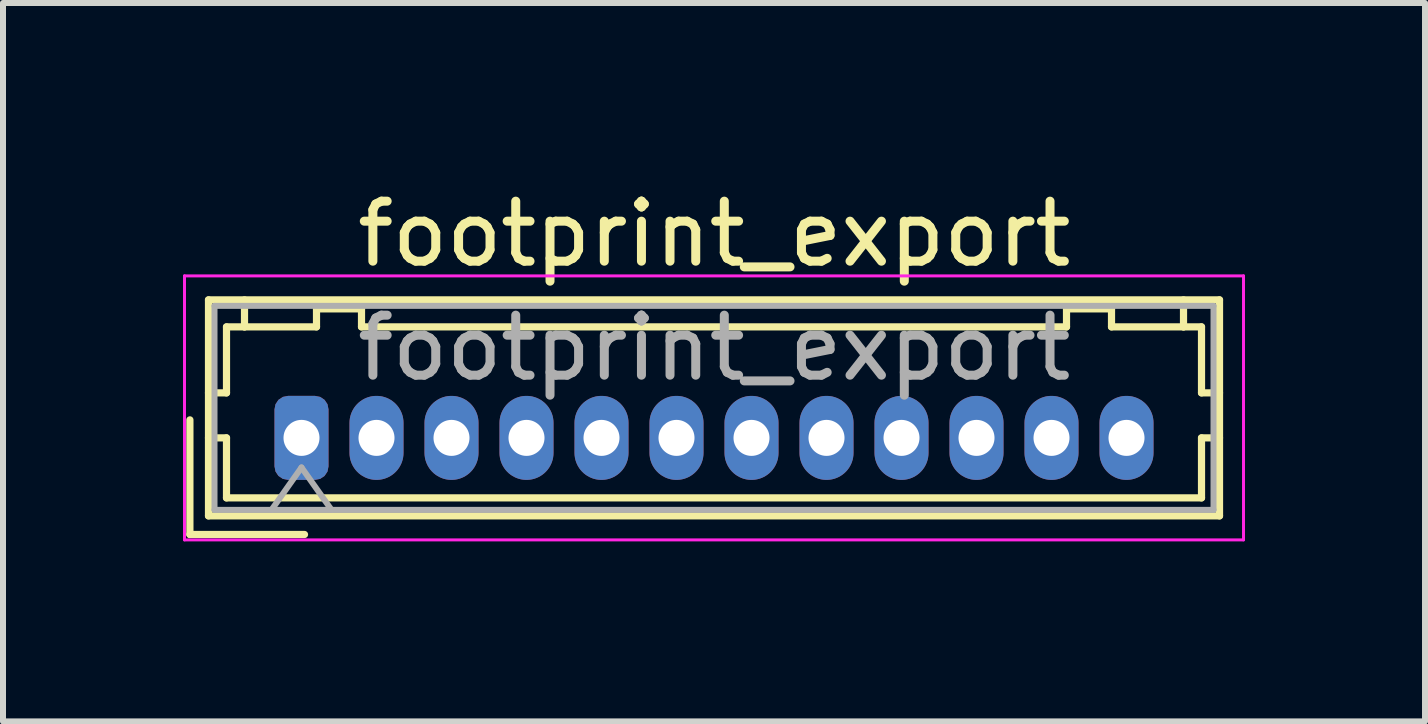
<source format=kicad_pcb>
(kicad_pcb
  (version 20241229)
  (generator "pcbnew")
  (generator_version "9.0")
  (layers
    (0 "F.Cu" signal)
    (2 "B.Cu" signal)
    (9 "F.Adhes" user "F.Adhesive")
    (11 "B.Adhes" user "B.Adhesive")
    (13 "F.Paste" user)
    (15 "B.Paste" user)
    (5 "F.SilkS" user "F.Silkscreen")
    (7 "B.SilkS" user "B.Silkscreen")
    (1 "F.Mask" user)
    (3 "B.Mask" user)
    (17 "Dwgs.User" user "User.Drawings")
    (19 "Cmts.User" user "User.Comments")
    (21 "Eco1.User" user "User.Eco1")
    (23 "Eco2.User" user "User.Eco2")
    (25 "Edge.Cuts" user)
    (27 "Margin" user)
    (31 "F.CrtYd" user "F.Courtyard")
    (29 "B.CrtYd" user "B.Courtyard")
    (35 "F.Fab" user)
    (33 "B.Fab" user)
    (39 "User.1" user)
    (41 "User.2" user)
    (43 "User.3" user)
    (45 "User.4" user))
  (footprint "footprint_export"
    (layer "F.Cu")
    (at 1.975 4.248)
    (property "Reference" "footprint_export" (at 6.88 -3.4 0) (layer "F.SilkS") (effects (font (size 1 1) (thickness 0.15))))
    (attr through_hole)
    (fp_line (start -1.86 -0.3) (end -1.86 1.61) (stroke (width 0.12) (type solid)) (layer "F.SilkS"))
    (fp_line (start -1.86 1.61) (end 0.05 1.61) (stroke (width 0.12) (type solid)) (layer "F.SilkS"))
    (fp_line (start -1.55 -2.3) (end -1.55 1.3) (stroke (width 0.12) (type solid)) (layer "F.SilkS"))
    (fp_line (start -1.55 -0.75) (end -1.25 -0.75) (stroke (width 0.12) (type solid)) (layer "F.SilkS"))
    (fp_line (start -1.55 0) (end -1.25 0) (stroke (width 0.12) (type solid)) (layer "F.SilkS"))
    (fp_line (start -1.55 1.3) (end 15.3 1.3) (stroke (width 0.12) (type solid)) (layer "F.SilkS"))
    (fp_line (start -1.25 -1.85) (end -0.95 -1.85) (stroke (width 0.12) (type solid)) (layer "F.SilkS"))
    (fp_line (start -1.25 -0.75) (end -1.25 -1.85) (stroke (width 0.12) (type solid)) (layer "F.SilkS"))
    (fp_line (start -1.25 0) (end -1.25 1) (stroke (width 0.12) (type solid)) (layer "F.SilkS"))
    (fp_line (start -1.25 1) (end 15 1) (stroke (width 0.12) (type solid)) (layer "F.SilkS"))
    (fp_line (start -0.95 -1.85) (end -0.95 -2.3) (stroke (width 0.12) (type solid)) (layer "F.SilkS"))
    (fp_line (start -0.95 -1.85) (end 0.25 -1.85) (stroke (width 0.12) (type solid)) (layer "F.SilkS"))
    (fp_line (start 0.25 -2.15) (end 1 -2.15) (stroke (width 0.12) (type solid)) (layer "F.SilkS"))
    (fp_line (start 0.25 -1.85) (end 0.25 -2.15) (stroke (width 0.12) (type solid)) (layer "F.SilkS"))
    (fp_line (start 1 -2.15) (end 1 -1.85) (stroke (width 0.12) (type solid)) (layer "F.SilkS"))
    (fp_line (start 1 -1.85) (end 12.75 -1.85) (stroke (width 0.12) (type solid)) (layer "F.SilkS"))
    (fp_line (start 12.75 -2.15) (end 13.5 -2.15) (stroke (width 0.12) (type solid)) (layer "F.SilkS"))
    (fp_line (start 12.75 -1.85) (end 12.75 -2.15) (stroke (width 0.12) (type solid)) (layer "F.SilkS"))
    (fp_line (start 13.5 -2.15) (end 13.5 -1.85) (stroke (width 0.12) (type solid)) (layer "F.SilkS"))
    (fp_line (start 13.5 -1.85) (end 14.7 -1.85) (stroke (width 0.12) (type solid)) (layer "F.SilkS"))
    (fp_line (start 14.7 -1.85) (end 14.7 -2.3) (stroke (width 0.12) (type solid)) (layer "F.SilkS"))
    (fp_line (start 15 -1.85) (end 14.7 -1.85) (stroke (width 0.12) (type solid)) (layer "F.SilkS"))
    (fp_line (start 15 -0.75) (end 15 -1.85) (stroke (width 0.12) (type solid)) (layer "F.SilkS"))
    (fp_line (start 15 0) (end 15.3 0) (stroke (width 0.12) (type solid)) (layer "F.SilkS"))
    (fp_line (start 15 1) (end 15 0) (stroke (width 0.12) (type solid)) (layer "F.SilkS"))
    (fp_line (start 15.3 -2.3) (end -1.55 -2.3) (stroke (width 0.12) (type solid)) (layer "F.SilkS"))
    (fp_line (start 15.3 -0.75) (end 15 -0.75) (stroke (width 0.12) (type solid)) (layer "F.SilkS"))
    (fp_line (start 15.3 1.3) (end 15.3 -2.3) (stroke (width 0.12) (type solid)) (layer "F.SilkS"))
    (fp_line (start -1.95 -2.7) (end -1.95 1.7) (stroke (width 0.05) (type solid)) (layer "F.CrtYd"))
    (fp_line (start -1.95 1.7) (end 15.7 1.7) (stroke (width 0.05) (type solid)) (layer "F.CrtYd"))
    (fp_line (start 15.7 -2.7) (end -1.95 -2.7) (stroke (width 0.05) (type solid)) (layer "F.CrtYd"))
    (fp_line (start 15.7 1.7) (end 15.7 -2.7) (stroke (width 0.05) (type solid)) (layer "F.CrtYd"))
    (fp_line (start -1.45 -2.2) (end -1.45 1.2) (stroke (width 0.1) (type solid)) (layer "F.Fab"))
    (fp_line (start -1.45 1.2) (end 15.2 1.2) (stroke (width 0.1) (type solid)) (layer "F.Fab"))
    (fp_line (start -0.5 1.2) (end 0 0.493) (stroke (width 0.1) (type solid)) (layer "F.Fab"))
    (fp_line (start 0 0.493) (end 0.5 1.2) (stroke (width 0.1) (type solid)) (layer "F.Fab"))
    (fp_line (start 15.2 -2.2) (end -1.45 -2.2) (stroke (width 0.1) (type solid)) (layer "F.Fab"))
    (fp_line (start 15.2 1.2) (end 15.2 -2.2) (stroke (width 0.1) (type solid)) (layer "F.Fab"))
    (fp_text user "${REFERENCE}" (at 6.88 -1.5 0) (layer "F.Fab") (effects (font (size 1 1) (thickness 0.15))))
    (pad "1" thru_hole roundrect (at 0 0) (size 0.9 1.4) (drill 0.6) (layers "*.Cu" "*.Mask") (roundrect_rratio 0.25))
    (pad "2" thru_hole oval (at 1.25 0) (size 0.9 1.4) (drill 0.6) (layers "*.Cu" "*.Mask"))
    (pad "3" thru_hole oval (at 2.5 0) (size 0.9 1.4) (drill 0.6) (layers "*.Cu" "*.Mask"))
    (pad "4" thru_hole oval (at 3.75 0) (size 0.9 1.4) (drill 0.6) (layers "*.Cu" "*.Mask"))
    (pad "5" thru_hole oval (at 5 0) (size 0.9 1.4) (drill 0.6) (layers "*.Cu" "*.Mask"))
    (pad "6" thru_hole oval (at 6.25 0) (size 0.9 1.4) (drill 0.6) (layers "*.Cu" "*.Mask"))
    (pad "7" thru_hole oval (at 7.5 0) (size 0.9 1.4) (drill 0.6) (layers "*.Cu" "*.Mask"))
    (pad "8" thru_hole oval (at 8.75 0) (size 0.9 1.4) (drill 0.6) (layers "*.Cu" "*.Mask"))
    (pad "9" thru_hole oval (at 10 0) (size 0.9 1.4) (drill 0.6) (layers "*.Cu" "*.Mask"))
    (pad "10" thru_hole oval (at 11.25 0) (size 0.9 1.4) (drill 0.6) (layers "*.Cu" "*.Mask"))
    (pad "11" thru_hole oval (at 12.5 0) (size 0.9 1.4) (drill 0.6) (layers "*.Cu" "*.Mask"))
    (pad "12" thru_hole oval (at 13.75 0) (size 0.9 1.4) (drill 0.6) (layers "*.Cu" "*.Mask")))
  (gr_rect
    (start -3 -3)
    (end 20.7 8.973)
    (stroke (width 0.1) (type default))
    (fill no)
    (layer "Edge.Cuts")))
</source>
